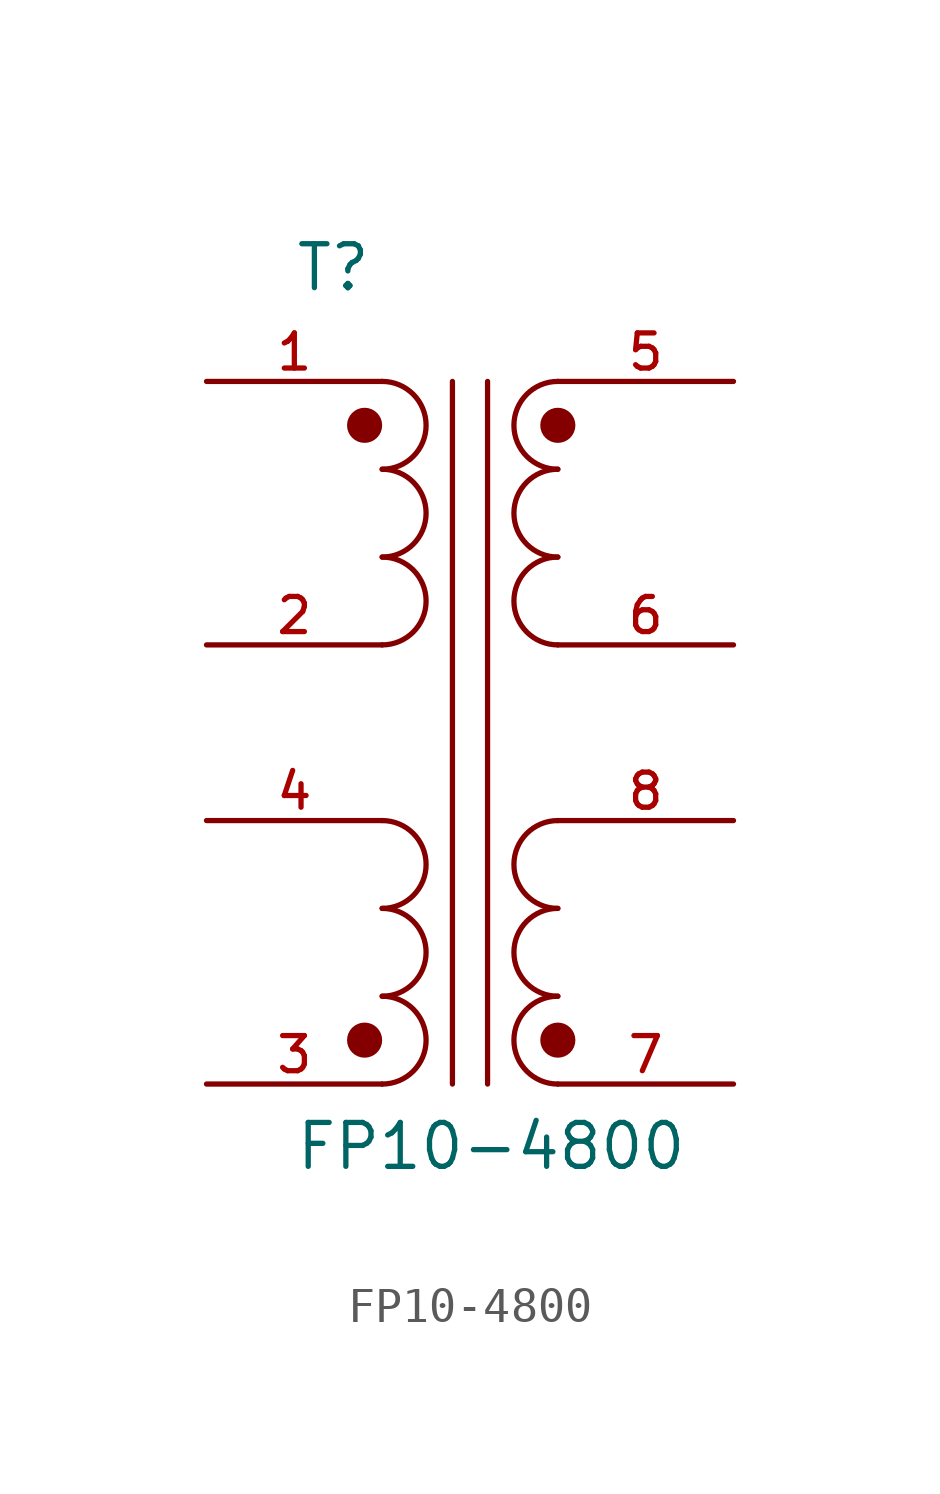
<source format=kicad_sym>
(kicad_symbol_lib
  (version 20211014)
  (generator kicad_symbol_editor)
  (symbol "FP10-4800"
    (pin_names
      (offset 1.016))
    (property "Reference" "T"
      (at -5.084 12.708 0)
      (effects (font (size 1.27 1.27)) (justify bottom left)))
    (property "Value" "FP10-4800"
      (at -5.081 -12.703 0)
      (effects (font (size 1.27 1.27)) (justify bottom left)))
    (symbol "FP10-4800_0_0"
      (arc (start -2.54 2.54) (mid -1.27 3.81) (end -2.54 5.08) (stroke (width 0.1524) (type default) (color 0 0 0 0)) (fill (type none)))
      (arc (start 2.54 5.08) (mid 1.27 3.81) (end 2.54 2.54) (stroke (width 0.1524) (type default) (color 0 0 0 0)) (fill (type none)))
      (arc (start -2.54 5.08) (mid -1.27 6.35) (end -2.54 7.62) (stroke (width 0.1524) (type default) (color 0 0 0 0)) (fill (type none)))
      (arc (start -2.54 7.62) (mid -1.27 8.89) (end -2.54 10.16) (stroke (width 0.1524) (type default) (color 0 0 0 0)) (fill (type none)))
      (arc (start 2.54 7.62) (mid 1.27 6.35) (end 2.54 5.08) (stroke (width 0.1524) (type default) (color 0 0 0 0)) (fill (type none)))
      (arc (start 2.54 10.16) (mid 1.27 8.89) (end 2.54 7.62) (stroke (width 0.1524) (type default) (color 0 0 0 0)) (fill (type none)))
      (circle (center -3.048 8.89) (radius 0.254) (stroke (width 0.508)) (fill (type none)))
      (circle (center 2.54 8.89) (radius 0.254) (stroke (width 0.508)) (fill (type none)))
      (arc (start 2.54 -5.08) (mid 1.27 -6.35) (end 2.54 -7.62) (stroke (width 0.1524) (type default) (color 0 0 0 0)) (fill (type none)))
      (arc (start 2.54 -2.54) (mid 1.27 -3.81) (end 2.54 -5.08) (stroke (width 0.1524) (type default) (color 0 0 0 0)) (fill (type none)))
      (polyline (pts (xy 0.508 10.16) (xy 0.508 -10.16)) (stroke (width 0.152)))
      (polyline (pts (xy -0.508 10.16) (xy -0.508 -10.16)) (stroke (width 0.152)))
      (arc (start 2.54 -7.62) (mid 1.27 -8.89) (end 2.54 -10.16) (stroke (width 0.1524) (type default) (color 0 0 0 0)) (fill (type none)))
      (circle (center 2.54 -8.89) (radius 0.254) (stroke (width 0.508)) (fill (type none)))
      (arc (start -2.54 -10.16) (mid -1.27 -8.89) (end -2.54 -7.62) (stroke (width 0.1524) (type default) (color 0 0 0 0)) (fill (type none)))
      (arc (start -2.54 -7.62) (mid -1.27 -6.35) (end -2.54 -5.08) (stroke (width 0.1524) (type default) (color 0 0 0 0)) (fill (type none)))
      (arc (start -2.54 -5.08) (mid -1.27 -3.81) (end -2.54 -2.54) (stroke (width 0.1524) (type default) (color 0 0 0 0)) (fill (type none)))
      (circle (center -3.048 -8.89) (radius 0.254) (stroke (width 0.508)) (fill (type none)))
      (pin passive line (at -7.62 10.16 0) (length 5.08) (name "~" (effects (font (size 1.016 1.016)))) (number "1" (effects (font (size 1.016 1.016)))))
      (pin passive line (at -7.62 2.54 0) (length 5.08) (name "~" (effects (font (size 1.016 1.016)))) (number "2" (effects (font (size 1.016 1.016)))))
      (pin passive line (at 7.62 -2.54 180.0) (length 5.08) (name "~" (effects (font (size 1.016 1.016)))) (number "8" (effects (font (size 1.016 1.016)))))
      (pin passive line (at 7.62 -10.16 180.0) (length 5.08) (name "~" (effects (font (size 1.016 1.016)))) (number "7" (effects (font (size 1.016 1.016)))))
      (pin passive line (at 7.62 10.16 180.0) (length 5.08) (name "~" (effects (font (size 1.016 1.016)))) (number "5" (effects (font (size 1.016 1.016)))))
      (pin passive line (at 7.62 2.54 180.0) (length 5.08) (name "~" (effects (font (size 1.016 1.016)))) (number "6" (effects (font (size 1.016 1.016)))))
      (pin passive line (at -7.62 -2.54 0) (length 5.08) (name "~" (effects (font (size 1.016 1.016)))) (number "4" (effects (font (size 1.016 1.016)))))
      (pin passive line (at -7.62 -10.16 0) (length 5.08) (name "~" (effects (font (size 1.016 1.016)))) (number "3" (effects (font (size 1.016 1.016))))))))
</source>
